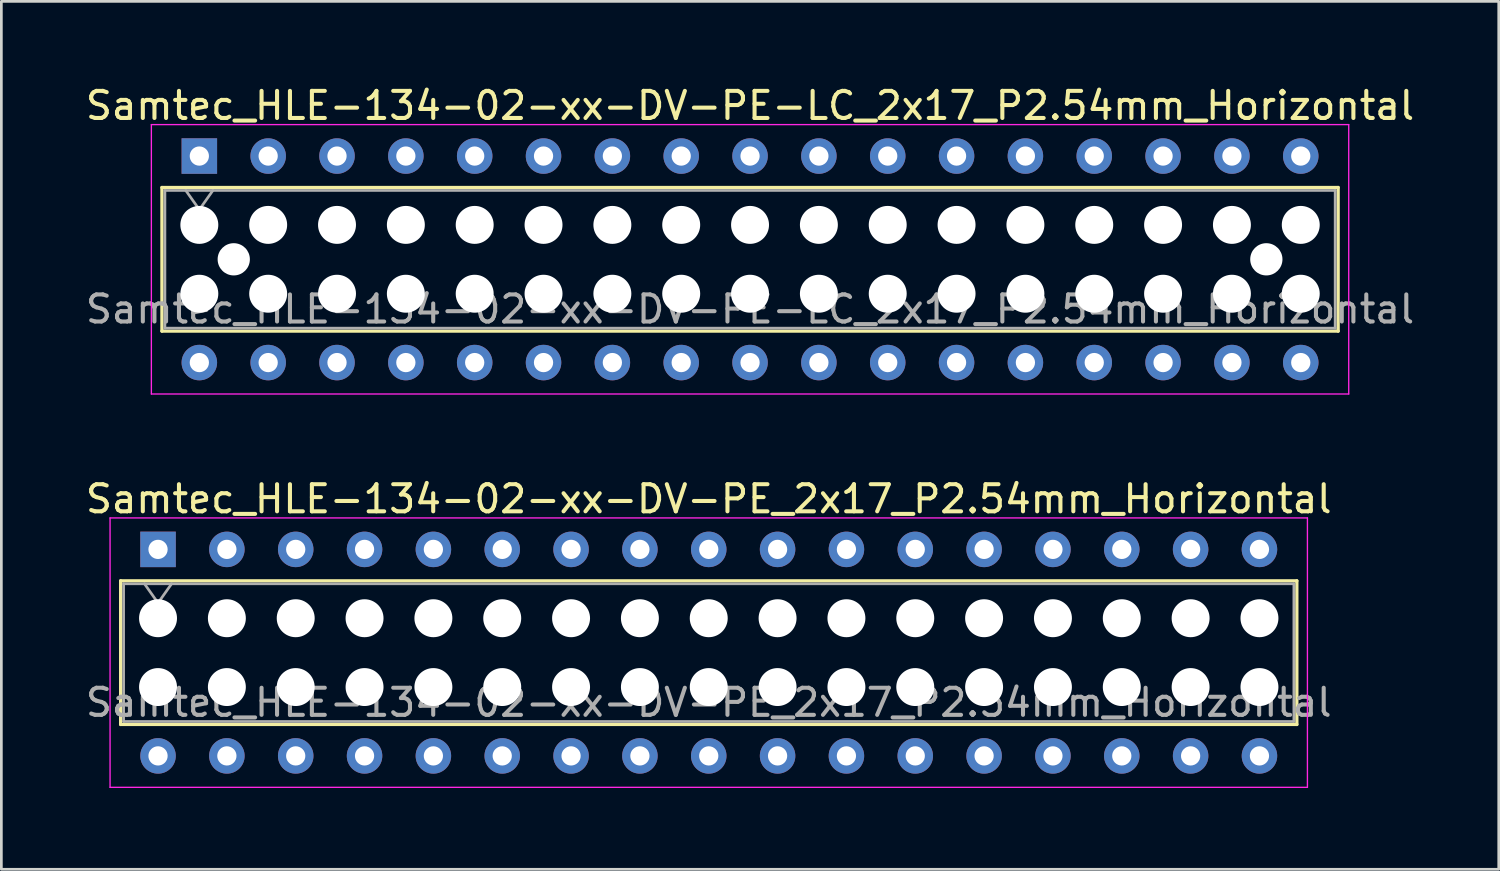
<source format=kicad_pcb>
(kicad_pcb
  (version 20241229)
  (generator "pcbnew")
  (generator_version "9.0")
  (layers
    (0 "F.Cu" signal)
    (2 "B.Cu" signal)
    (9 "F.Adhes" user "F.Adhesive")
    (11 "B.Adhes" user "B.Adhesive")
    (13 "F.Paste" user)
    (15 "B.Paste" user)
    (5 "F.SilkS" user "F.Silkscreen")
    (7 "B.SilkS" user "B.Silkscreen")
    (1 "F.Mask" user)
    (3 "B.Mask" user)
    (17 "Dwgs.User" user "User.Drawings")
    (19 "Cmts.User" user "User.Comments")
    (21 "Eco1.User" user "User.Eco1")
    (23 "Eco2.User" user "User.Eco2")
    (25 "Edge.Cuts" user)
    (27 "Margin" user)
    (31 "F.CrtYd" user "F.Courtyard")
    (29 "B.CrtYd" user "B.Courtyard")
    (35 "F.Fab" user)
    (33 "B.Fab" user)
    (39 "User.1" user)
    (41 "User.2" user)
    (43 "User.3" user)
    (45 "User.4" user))
  (footprint "Samtec_HLE-134-02-xx-DV-PE-LC_2x17_P2.54mm_Horizontal"
    (layer "F.Cu")
    (at 4.305 2.708)
    (property "Reference" "Samtec_HLE-134-02-xx-DV-PE-LC_2x17_P2.54mm_Horizontal" (at 20.32 -1.86 0) (layer "F.SilkS") (effects (font (size 1 1) (thickness 0.15))))
    (attr through_hole)
    (fp_line (start -1.38 1.16) (end 42.02 1.16) (stroke (width 0.12) (type solid)) (layer "F.SilkS"))
    (fp_line (start -1.38 6.46) (end -1.38 1.16) (stroke (width 0.12) (type solid)) (layer "F.SilkS"))
    (fp_line (start 42.02 1.16) (end 42.02 6.46) (stroke (width 0.12) (type solid)) (layer "F.SilkS"))
    (fp_line (start 42.02 6.46) (end -1.38 6.46) (stroke (width 0.12) (type solid)) (layer "F.SilkS"))
    (fp_line (start -1.77 -1.16) (end 42.41 -1.16) (stroke (width 0.05) (type solid)) (layer "F.CrtYd"))
    (fp_line (start -1.77 8.78) (end -1.77 -1.16) (stroke (width 0.05) (type solid)) (layer "F.CrtYd"))
    (fp_line (start 42.41 -1.16) (end 42.41 8.78) (stroke (width 0.05) (type solid)) (layer "F.CrtYd"))
    (fp_line (start 42.41 8.78) (end -1.77 8.78) (stroke (width 0.05) (type solid)) (layer "F.CrtYd"))
    (fp_line (start -1.27 1.27) (end 41.91 1.27) (stroke (width 0.1) (type solid)) (layer "F.Fab"))
    (fp_line (start -1.27 6.35) (end -1.27 1.27) (stroke (width 0.1) (type solid)) (layer "F.Fab"))
    (fp_line (start -0.5 1.27) (end 0 1.977) (stroke (width 0.1) (type solid)) (layer "F.Fab"))
    (fp_line (start 0 1.977) (end 0.5 1.27) (stroke (width 0.1) (type solid)) (layer "F.Fab"))
    (fp_line (start 41.91 1.27) (end 41.91 6.35) (stroke (width 0.1) (type solid)) (layer "F.Fab"))
    (fp_line (start 41.91 6.35) (end -1.27 6.35) (stroke (width 0.1) (type solid)) (layer "F.Fab"))
    (fp_text user "${REFERENCE}" (at 20.32 5.65 0) (layer "F.Fab") (effects (font (size 1 1) (thickness 0.15))))
    (pad "" np_thru_hole circle (at 0 2.54) (size 1.4 1.4) (drill 1.4) (layers "*.Cu" "*.Mask"))
    (pad "" np_thru_hole circle (at 0 5.08) (size 1.4 1.4) (drill 1.4) (layers "*.Cu" "*.Mask"))
    (pad "" np_thru_hole circle (at 1.27 3.81) (size 1.19 1.19) (drill 1.19) (layers "*.Cu" "*.Mask"))
    (pad "" np_thru_hole circle (at 2.54 2.54) (size 1.4 1.4) (drill 1.4) (layers "*.Cu" "*.Mask"))
    (pad "" np_thru_hole circle (at 2.54 5.08) (size 1.4 1.4) (drill 1.4) (layers "*.Cu" "*.Mask"))
    (pad "" np_thru_hole circle (at 5.08 2.54) (size 1.4 1.4) (drill 1.4) (layers "*.Cu" "*.Mask"))
    (pad "" np_thru_hole circle (at 5.08 5.08) (size 1.4 1.4) (drill 1.4) (layers "*.Cu" "*.Mask"))
    (pad "" np_thru_hole circle (at 7.62 2.54) (size 1.4 1.4) (drill 1.4) (layers "*.Cu" "*.Mask"))
    (pad "" np_thru_hole circle (at 7.62 5.08) (size 1.4 1.4) (drill 1.4) (layers "*.Cu" "*.Mask"))
    (pad "" np_thru_hole circle (at 10.16 2.54) (size 1.4 1.4) (drill 1.4) (layers "*.Cu" "*.Mask"))
    (pad "" np_thru_hole circle (at 10.16 5.08) (size 1.4 1.4) (drill 1.4) (layers "*.Cu" "*.Mask"))
    (pad "" np_thru_hole circle (at 12.7 2.54) (size 1.4 1.4) (drill 1.4) (layers "*.Cu" "*.Mask"))
    (pad "" np_thru_hole circle (at 12.7 5.08) (size 1.4 1.4) (drill 1.4) (layers "*.Cu" "*.Mask"))
    (pad "" np_thru_hole circle (at 15.24 2.54) (size 1.4 1.4) (drill 1.4) (layers "*.Cu" "*.Mask"))
    (pad "" np_thru_hole circle (at 15.24 5.08) (size 1.4 1.4) (drill 1.4) (layers "*.Cu" "*.Mask"))
    (pad "" np_thru_hole circle (at 17.78 2.54) (size 1.4 1.4) (drill 1.4) (layers "*.Cu" "*.Mask"))
    (pad "" np_thru_hole circle (at 17.78 5.08) (size 1.4 1.4) (drill 1.4) (layers "*.Cu" "*.Mask"))
    (pad "" np_thru_hole circle (at 20.32 2.54) (size 1.4 1.4) (drill 1.4) (layers "*.Cu" "*.Mask"))
    (pad "" np_thru_hole circle (at 20.32 5.08) (size 1.4 1.4) (drill 1.4) (layers "*.Cu" "*.Mask"))
    (pad "" np_thru_hole circle (at 22.86 2.54) (size 1.4 1.4) (drill 1.4) (layers "*.Cu" "*.Mask"))
    (pad "" np_thru_hole circle (at 22.86 5.08) (size 1.4 1.4) (drill 1.4) (layers "*.Cu" "*.Mask"))
    (pad "" np_thru_hole circle (at 25.4 2.54) (size 1.4 1.4) (drill 1.4) (layers "*.Cu" "*.Mask"))
    (pad "" np_thru_hole circle (at 25.4 5.08) (size 1.4 1.4) (drill 1.4) (layers "*.Cu" "*.Mask"))
    (pad "" np_thru_hole circle (at 27.94 2.54) (size 1.4 1.4) (drill 1.4) (layers "*.Cu" "*.Mask"))
    (pad "" np_thru_hole circle (at 27.94 5.08) (size 1.4 1.4) (drill 1.4) (layers "*.Cu" "*.Mask"))
    (pad "" np_thru_hole circle (at 30.48 2.54) (size 1.4 1.4) (drill 1.4) (layers "*.Cu" "*.Mask"))
    (pad "" np_thru_hole circle (at 30.48 5.08) (size 1.4 1.4) (drill 1.4) (layers "*.Cu" "*.Mask"))
    (pad "" np_thru_hole circle (at 33.02 2.54) (size 1.4 1.4) (drill 1.4) (layers "*.Cu" "*.Mask"))
    (pad "" np_thru_hole circle (at 33.02 5.08) (size 1.4 1.4) (drill 1.4) (layers "*.Cu" "*.Mask"))
    (pad "" np_thru_hole circle (at 35.56 2.54) (size 1.4 1.4) (drill 1.4) (layers "*.Cu" "*.Mask"))
    (pad "" np_thru_hole circle (at 35.56 5.08) (size 1.4 1.4) (drill 1.4) (layers "*.Cu" "*.Mask"))
    (pad "" np_thru_hole circle (at 38.1 2.54) (size 1.4 1.4) (drill 1.4) (layers "*.Cu" "*.Mask"))
    (pad "" np_thru_hole circle (at 38.1 5.08) (size 1.4 1.4) (drill 1.4) (layers "*.Cu" "*.Mask"))
    (pad "" np_thru_hole circle (at 39.37 3.81) (size 1.19 1.19) (drill 1.19) (layers "*.Cu" "*.Mask"))
    (pad "" np_thru_hole circle (at 40.64 2.54) (size 1.4 1.4) (drill 1.4) (layers "*.Cu" "*.Mask"))
    (pad "" np_thru_hole circle (at 40.64 5.08) (size 1.4 1.4) (drill 1.4) (layers "*.Cu" "*.Mask"))
    (pad "1" thru_hole rect (at 0 0) (size 1.31 1.31) (drill 0.71) (layers "*.Cu" "*.Mask"))
    (pad "2" thru_hole circle (at 0 7.62) (size 1.31 1.31) (drill 0.71) (layers "*.Cu" "*.Mask"))
    (pad "3" thru_hole circle (at 2.54 0) (size 1.31 1.31) (drill 0.71) (layers "*.Cu" "*.Mask"))
    (pad "4" thru_hole circle (at 2.54 7.62) (size 1.31 1.31) (drill 0.71) (layers "*.Cu" "*.Mask"))
    (pad "5" thru_hole circle (at 5.08 0) (size 1.31 1.31) (drill 0.71) (layers "*.Cu" "*.Mask"))
    (pad "6" thru_hole circle (at 5.08 7.62) (size 1.31 1.31) (drill 0.71) (layers "*.Cu" "*.Mask"))
    (pad "7" thru_hole circle (at 7.62 0) (size 1.31 1.31) (drill 0.71) (layers "*.Cu" "*.Mask"))
    (pad "8" thru_hole circle (at 7.62 7.62) (size 1.31 1.31) (drill 0.71) (layers "*.Cu" "*.Mask"))
    (pad "9" thru_hole circle (at 10.16 0) (size 1.31 1.31) (drill 0.71) (layers "*.Cu" "*.Mask"))
    (pad "10" thru_hole circle (at 10.16 7.62) (size 1.31 1.31) (drill 0.71) (layers "*.Cu" "*.Mask"))
    (pad "11" thru_hole circle (at 12.7 0) (size 1.31 1.31) (drill 0.71) (layers "*.Cu" "*.Mask"))
    (pad "12" thru_hole circle (at 12.7 7.62) (size 1.31 1.31) (drill 0.71) (layers "*.Cu" "*.Mask"))
    (pad "13" thru_hole circle (at 15.24 0) (size 1.31 1.31) (drill 0.71) (layers "*.Cu" "*.Mask"))
    (pad "14" thru_hole circle (at 15.24 7.62) (size 1.31 1.31) (drill 0.71) (layers "*.Cu" "*.Mask"))
    (pad "15" thru_hole circle (at 17.78 0) (size 1.31 1.31) (drill 0.71) (layers "*.Cu" "*.Mask"))
    (pad "16" thru_hole circle (at 17.78 7.62) (size 1.31 1.31) (drill 0.71) (layers "*.Cu" "*.Mask"))
    (pad "17" thru_hole circle (at 20.32 0) (size 1.31 1.31) (drill 0.71) (layers "*.Cu" "*.Mask"))
    (pad "18" thru_hole circle (at 20.32 7.62) (size 1.31 1.31) (drill 0.71) (layers "*.Cu" "*.Mask"))
    (pad "19" thru_hole circle (at 22.86 0) (size 1.31 1.31) (drill 0.71) (layers "*.Cu" "*.Mask"))
    (pad "20" thru_hole circle (at 22.86 7.62) (size 1.31 1.31) (drill 0.71) (layers "*.Cu" "*.Mask"))
    (pad "21" thru_hole circle (at 25.4 0) (size 1.31 1.31) (drill 0.71) (layers "*.Cu" "*.Mask"))
    (pad "22" thru_hole circle (at 25.4 7.62) (size 1.31 1.31) (drill 0.71) (layers "*.Cu" "*.Mask"))
    (pad "23" thru_hole circle (at 27.94 0) (size 1.31 1.31) (drill 0.71) (layers "*.Cu" "*.Mask"))
    (pad "24" thru_hole circle (at 27.94 7.62) (size 1.31 1.31) (drill 0.71) (layers "*.Cu" "*.Mask"))
    (pad "25" thru_hole circle (at 30.48 0) (size 1.31 1.31) (drill 0.71) (layers "*.Cu" "*.Mask"))
    (pad "26" thru_hole circle (at 30.48 7.62) (size 1.31 1.31) (drill 0.71) (layers "*.Cu" "*.Mask"))
    (pad "27" thru_hole circle (at 33.02 0) (size 1.31 1.31) (drill 0.71) (layers "*.Cu" "*.Mask"))
    (pad "28" thru_hole circle (at 33.02 7.62) (size 1.31 1.31) (drill 0.71) (layers "*.Cu" "*.Mask"))
    (pad "29" thru_hole circle (at 35.56 0) (size 1.31 1.31) (drill 0.71) (layers "*.Cu" "*.Mask"))
    (pad "30" thru_hole circle (at 35.56 7.62) (size 1.31 1.31) (drill 0.71) (layers "*.Cu" "*.Mask"))
    (pad "31" thru_hole circle (at 38.1 0) (size 1.31 1.31) (drill 0.71) (layers "*.Cu" "*.Mask"))
    (pad "32" thru_hole circle (at 38.1 7.62) (size 1.31 1.31) (drill 0.71) (layers "*.Cu" "*.Mask"))
    (pad "33" thru_hole circle (at 40.64 0) (size 1.31 1.31) (drill 0.71) (layers "*.Cu" "*.Mask"))
    (pad "34" thru_hole circle (at 40.64 7.62) (size 1.31 1.31) (drill 0.71) (layers "*.Cu" "*.Mask")))
  (footprint "Samtec_HLE-134-02-xx-DV-PE_2x17_P2.54mm_Horizontal"
    (layer "F.Cu")
    (at 2.781 17.221)
    (property "Reference" "Samtec_HLE-134-02-xx-DV-PE_2x17_P2.54mm_Horizontal" (at 20.32 -1.86 0) (layer "F.SilkS") (effects (font (size 1 1) (thickness 0.15))))
    (attr through_hole)
    (fp_line (start -1.38 1.16) (end 42.02 1.16) (stroke (width 0.12) (type solid)) (layer "F.SilkS"))
    (fp_line (start -1.38 6.46) (end -1.38 1.16) (stroke (width 0.12) (type solid)) (layer "F.SilkS"))
    (fp_line (start 42.02 1.16) (end 42.02 6.46) (stroke (width 0.12) (type solid)) (layer "F.SilkS"))
    (fp_line (start 42.02 6.46) (end -1.38 6.46) (stroke (width 0.12) (type solid)) (layer "F.SilkS"))
    (fp_line (start -1.77 -1.16) (end 42.41 -1.16) (stroke (width 0.05) (type solid)) (layer "F.CrtYd"))
    (fp_line (start -1.77 8.78) (end -1.77 -1.16) (stroke (width 0.05) (type solid)) (layer "F.CrtYd"))
    (fp_line (start 42.41 -1.16) (end 42.41 8.78) (stroke (width 0.05) (type solid)) (layer "F.CrtYd"))
    (fp_line (start 42.41 8.78) (end -1.77 8.78) (stroke (width 0.05) (type solid)) (layer "F.CrtYd"))
    (fp_line (start -1.27 1.27) (end 41.91 1.27) (stroke (width 0.1) (type solid)) (layer "F.Fab"))
    (fp_line (start -1.27 6.35) (end -1.27 1.27) (stroke (width 0.1) (type solid)) (layer "F.Fab"))
    (fp_line (start -0.5 1.27) (end 0 1.977) (stroke (width 0.1) (type solid)) (layer "F.Fab"))
    (fp_line (start 0 1.977) (end 0.5 1.27) (stroke (width 0.1) (type solid)) (layer "F.Fab"))
    (fp_line (start 41.91 1.27) (end 41.91 6.35) (stroke (width 0.1) (type solid)) (layer "F.Fab"))
    (fp_line (start 41.91 6.35) (end -1.27 6.35) (stroke (width 0.1) (type solid)) (layer "F.Fab"))
    (fp_text user "${REFERENCE}" (at 20.32 5.65 0) (layer "F.Fab") (effects (font (size 1 1) (thickness 0.15))))
    (pad "" np_thru_hole circle (at 0 2.54) (size 1.4 1.4) (drill 1.4) (layers "*.Cu" "*.Mask"))
    (pad "" np_thru_hole circle (at 0 5.08) (size 1.4 1.4) (drill 1.4) (layers "*.Cu" "*.Mask"))
    (pad "" np_thru_hole circle (at 2.54 2.54) (size 1.4 1.4) (drill 1.4) (layers "*.Cu" "*.Mask"))
    (pad "" np_thru_hole circle (at 2.54 5.08) (size 1.4 1.4) (drill 1.4) (layers "*.Cu" "*.Mask"))
    (pad "" np_thru_hole circle (at 5.08 2.54) (size 1.4 1.4) (drill 1.4) (layers "*.Cu" "*.Mask"))
    (pad "" np_thru_hole circle (at 5.08 5.08) (size 1.4 1.4) (drill 1.4) (layers "*.Cu" "*.Mask"))
    (pad "" np_thru_hole circle (at 7.62 2.54) (size 1.4 1.4) (drill 1.4) (layers "*.Cu" "*.Mask"))
    (pad "" np_thru_hole circle (at 7.62 5.08) (size 1.4 1.4) (drill 1.4) (layers "*.Cu" "*.Mask"))
    (pad "" np_thru_hole circle (at 10.16 2.54) (size 1.4 1.4) (drill 1.4) (layers "*.Cu" "*.Mask"))
    (pad "" np_thru_hole circle (at 10.16 5.08) (size 1.4 1.4) (drill 1.4) (layers "*.Cu" "*.Mask"))
    (pad "" np_thru_hole circle (at 12.7 2.54) (size 1.4 1.4) (drill 1.4) (layers "*.Cu" "*.Mask"))
    (pad "" np_thru_hole circle (at 12.7 5.08) (size 1.4 1.4) (drill 1.4) (layers "*.Cu" "*.Mask"))
    (pad "" np_thru_hole circle (at 15.24 2.54) (size 1.4 1.4) (drill 1.4) (layers "*.Cu" "*.Mask"))
    (pad "" np_thru_hole circle (at 15.24 5.08) (size 1.4 1.4) (drill 1.4) (layers "*.Cu" "*.Mask"))
    (pad "" np_thru_hole circle (at 17.78 2.54) (size 1.4 1.4) (drill 1.4) (layers "*.Cu" "*.Mask"))
    (pad "" np_thru_hole circle (at 17.78 5.08) (size 1.4 1.4) (drill 1.4) (layers "*.Cu" "*.Mask"))
    (pad "" np_thru_hole circle (at 20.32 2.54) (size 1.4 1.4) (drill 1.4) (layers "*.Cu" "*.Mask"))
    (pad "" np_thru_hole circle (at 20.32 5.08) (size 1.4 1.4) (drill 1.4) (layers "*.Cu" "*.Mask"))
    (pad "" np_thru_hole circle (at 22.86 2.54) (size 1.4 1.4) (drill 1.4) (layers "*.Cu" "*.Mask"))
    (pad "" np_thru_hole circle (at 22.86 5.08) (size 1.4 1.4) (drill 1.4) (layers "*.Cu" "*.Mask"))
    (pad "" np_thru_hole circle (at 25.4 2.54) (size 1.4 1.4) (drill 1.4) (layers "*.Cu" "*.Mask"))
    (pad "" np_thru_hole circle (at 25.4 5.08) (size 1.4 1.4) (drill 1.4) (layers "*.Cu" "*.Mask"))
    (pad "" np_thru_hole circle (at 27.94 2.54) (size 1.4 1.4) (drill 1.4) (layers "*.Cu" "*.Mask"))
    (pad "" np_thru_hole circle (at 27.94 5.08) (size 1.4 1.4) (drill 1.4) (layers "*.Cu" "*.Mask"))
    (pad "" np_thru_hole circle (at 30.48 2.54) (size 1.4 1.4) (drill 1.4) (layers "*.Cu" "*.Mask"))
    (pad "" np_thru_hole circle (at 30.48 5.08) (size 1.4 1.4) (drill 1.4) (layers "*.Cu" "*.Mask"))
    (pad "" np_thru_hole circle (at 33.02 2.54) (size 1.4 1.4) (drill 1.4) (layers "*.Cu" "*.Mask"))
    (pad "" np_thru_hole circle (at 33.02 5.08) (size 1.4 1.4) (drill 1.4) (layers "*.Cu" "*.Mask"))
    (pad "" np_thru_hole circle (at 35.56 2.54) (size 1.4 1.4) (drill 1.4) (layers "*.Cu" "*.Mask"))
    (pad "" np_thru_hole circle (at 35.56 5.08) (size 1.4 1.4) (drill 1.4) (layers "*.Cu" "*.Mask"))
    (pad "" np_thru_hole circle (at 38.1 2.54) (size 1.4 1.4) (drill 1.4) (layers "*.Cu" "*.Mask"))
    (pad "" np_thru_hole circle (at 38.1 5.08) (size 1.4 1.4) (drill 1.4) (layers "*.Cu" "*.Mask"))
    (pad "" np_thru_hole circle (at 40.64 2.54) (size 1.4 1.4) (drill 1.4) (layers "*.Cu" "*.Mask"))
    (pad "" np_thru_hole circle (at 40.64 5.08) (size 1.4 1.4) (drill 1.4) (layers "*.Cu" "*.Mask"))
    (pad "1" thru_hole rect (at 0 0) (size 1.31 1.31) (drill 0.71) (layers "*.Cu" "*.Mask"))
    (pad "2" thru_hole circle (at 0 7.62) (size 1.31 1.31) (drill 0.71) (layers "*.Cu" "*.Mask"))
    (pad "3" thru_hole circle (at 2.54 0) (size 1.31 1.31) (drill 0.71) (layers "*.Cu" "*.Mask"))
    (pad "4" thru_hole circle (at 2.54 7.62) (size 1.31 1.31) (drill 0.71) (layers "*.Cu" "*.Mask"))
    (pad "5" thru_hole circle (at 5.08 0) (size 1.31 1.31) (drill 0.71) (layers "*.Cu" "*.Mask"))
    (pad "6" thru_hole circle (at 5.08 7.62) (size 1.31 1.31) (drill 0.71) (layers "*.Cu" "*.Mask"))
    (pad "7" thru_hole circle (at 7.62 0) (size 1.31 1.31) (drill 0.71) (layers "*.Cu" "*.Mask"))
    (pad "8" thru_hole circle (at 7.62 7.62) (size 1.31 1.31) (drill 0.71) (layers "*.Cu" "*.Mask"))
    (pad "9" thru_hole circle (at 10.16 0) (size 1.31 1.31) (drill 0.71) (layers "*.Cu" "*.Mask"))
    (pad "10" thru_hole circle (at 10.16 7.62) (size 1.31 1.31) (drill 0.71) (layers "*.Cu" "*.Mask"))
    (pad "11" thru_hole circle (at 12.7 0) (size 1.31 1.31) (drill 0.71) (layers "*.Cu" "*.Mask"))
    (pad "12" thru_hole circle (at 12.7 7.62) (size 1.31 1.31) (drill 0.71) (layers "*.Cu" "*.Mask"))
    (pad "13" thru_hole circle (at 15.24 0) (size 1.31 1.31) (drill 0.71) (layers "*.Cu" "*.Mask"))
    (pad "14" thru_hole circle (at 15.24 7.62) (size 1.31 1.31) (drill 0.71) (layers "*.Cu" "*.Mask"))
    (pad "15" thru_hole circle (at 17.78 0) (size 1.31 1.31) (drill 0.71) (layers "*.Cu" "*.Mask"))
    (pad "16" thru_hole circle (at 17.78 7.62) (size 1.31 1.31) (drill 0.71) (layers "*.Cu" "*.Mask"))
    (pad "17" thru_hole circle (at 20.32 0) (size 1.31 1.31) (drill 0.71) (layers "*.Cu" "*.Mask"))
    (pad "18" thru_hole circle (at 20.32 7.62) (size 1.31 1.31) (drill 0.71) (layers "*.Cu" "*.Mask"))
    (pad "19" thru_hole circle (at 22.86 0) (size 1.31 1.31) (drill 0.71) (layers "*.Cu" "*.Mask"))
    (pad "20" thru_hole circle (at 22.86 7.62) (size 1.31 1.31) (drill 0.71) (layers "*.Cu" "*.Mask"))
    (pad "21" thru_hole circle (at 25.4 0) (size 1.31 1.31) (drill 0.71) (layers "*.Cu" "*.Mask"))
    (pad "22" thru_hole circle (at 25.4 7.62) (size 1.31 1.31) (drill 0.71) (layers "*.Cu" "*.Mask"))
    (pad "23" thru_hole circle (at 27.94 0) (size 1.31 1.31) (drill 0.71) (layers "*.Cu" "*.Mask"))
    (pad "24" thru_hole circle (at 27.94 7.62) (size 1.31 1.31) (drill 0.71) (layers "*.Cu" "*.Mask"))
    (pad "25" thru_hole circle (at 30.48 0) (size 1.31 1.31) (drill 0.71) (layers "*.Cu" "*.Mask"))
    (pad "26" thru_hole circle (at 30.48 7.62) (size 1.31 1.31) (drill 0.71) (layers "*.Cu" "*.Mask"))
    (pad "27" thru_hole circle (at 33.02 0) (size 1.31 1.31) (drill 0.71) (layers "*.Cu" "*.Mask"))
    (pad "28" thru_hole circle (at 33.02 7.62) (size 1.31 1.31) (drill 0.71) (layers "*.Cu" "*.Mask"))
    (pad "29" thru_hole circle (at 35.56 0) (size 1.31 1.31) (drill 0.71) (layers "*.Cu" "*.Mask"))
    (pad "30" thru_hole circle (at 35.56 7.62) (size 1.31 1.31) (drill 0.71) (layers "*.Cu" "*.Mask"))
    (pad "31" thru_hole circle (at 38.1 0) (size 1.31 1.31) (drill 0.71) (layers "*.Cu" "*.Mask"))
    (pad "32" thru_hole circle (at 38.1 7.62) (size 1.31 1.31) (drill 0.71) (layers "*.Cu" "*.Mask"))
    (pad "33" thru_hole circle (at 40.64 0) (size 1.31 1.31) (drill 0.71) (layers "*.Cu" "*.Mask"))
    (pad "34" thru_hole circle (at 40.64 7.62) (size 1.31 1.31) (drill 0.71) (layers "*.Cu" "*.Mask")))
  (gr_rect
    (start -3 -3)
    (end 52.25 29.026)
    (stroke (width 0.1) (type default))
    (fill no)
    (layer "Edge.Cuts")))
</source>
